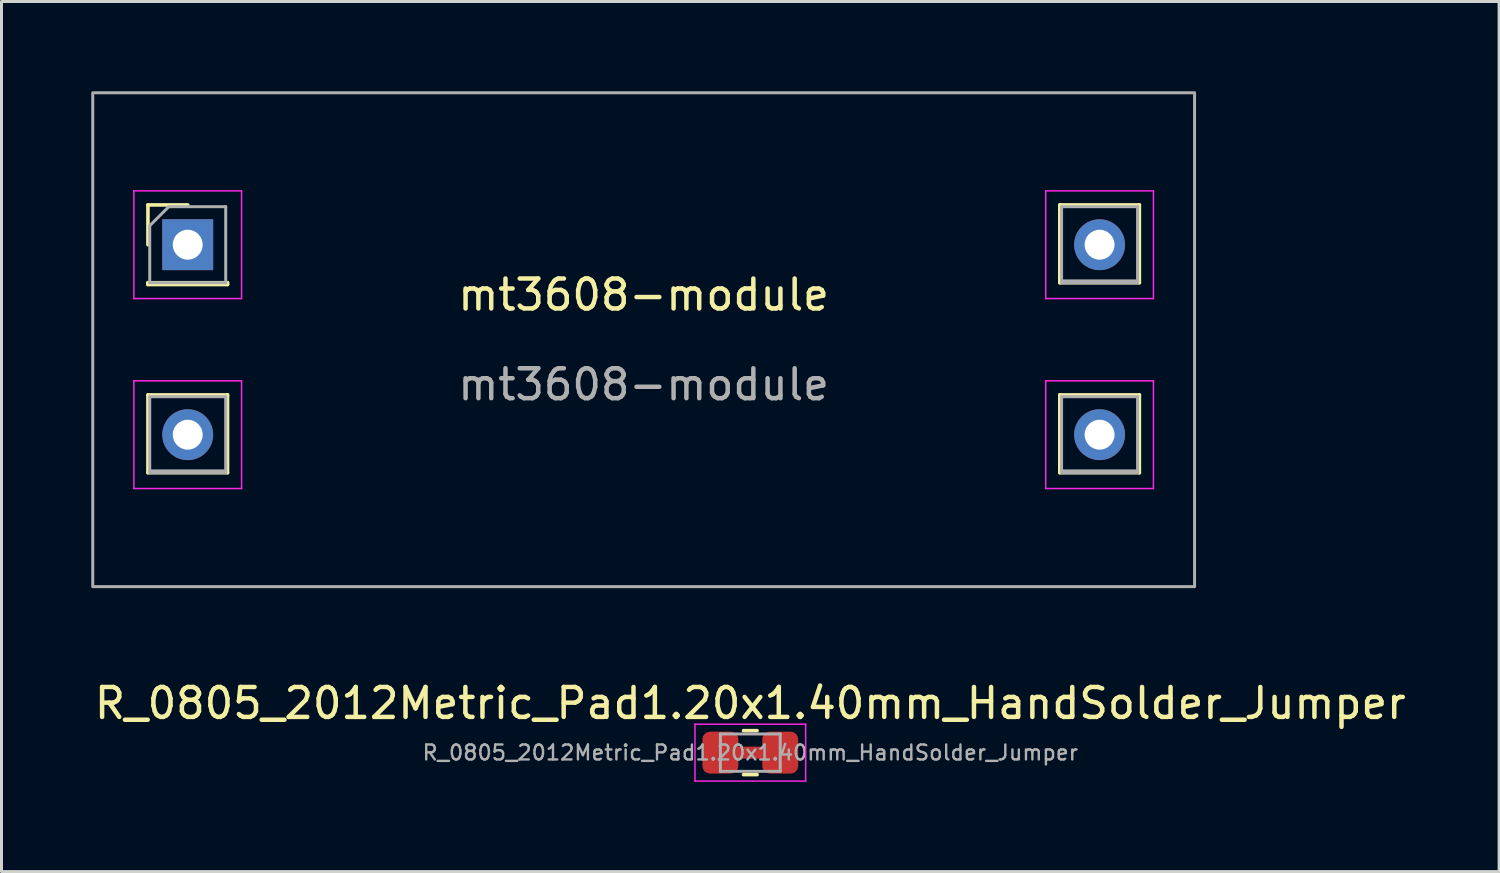
<source format=kicad_pcb>
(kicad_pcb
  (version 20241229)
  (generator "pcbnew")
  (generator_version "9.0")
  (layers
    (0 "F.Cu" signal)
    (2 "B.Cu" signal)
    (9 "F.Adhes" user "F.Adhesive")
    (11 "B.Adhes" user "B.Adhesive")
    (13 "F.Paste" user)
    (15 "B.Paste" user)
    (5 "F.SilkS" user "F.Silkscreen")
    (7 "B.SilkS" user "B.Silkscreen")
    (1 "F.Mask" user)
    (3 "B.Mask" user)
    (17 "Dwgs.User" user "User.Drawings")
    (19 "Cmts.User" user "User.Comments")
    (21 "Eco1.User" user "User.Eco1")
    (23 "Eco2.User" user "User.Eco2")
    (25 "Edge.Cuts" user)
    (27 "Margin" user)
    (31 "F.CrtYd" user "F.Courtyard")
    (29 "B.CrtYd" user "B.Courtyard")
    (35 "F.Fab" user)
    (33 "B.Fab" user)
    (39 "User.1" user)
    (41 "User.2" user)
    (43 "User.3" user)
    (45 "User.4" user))
  (footprint "mt3608-module"
    (layer "F.Cu")
    (at 3.225 5.13)
    (property "Reference" "mt3608-module" (at 15.24 1.675 0) (unlocked yes) (layer "F.SilkS") (effects (font (size 1 1) (thickness 0.15))))
    (attr through_hole)
    (fp_line (start -1.33 -1.33) (end 0 -1.33) (stroke (width 0.12) (type solid)) (layer "F.SilkS"))
    (fp_line (start -1.33 0) (end -1.33 -1.33) (stroke (width 0.12) (type solid)) (layer "F.SilkS"))
    (fp_line (start -1.33 1.27) (end -1.33 1.33) (stroke (width 0.12) (type solid)) (layer "F.SilkS"))
    (fp_line (start -1.33 1.27) (end 1.33 1.27) (stroke (width 0.12) (type solid)) (layer "F.SilkS"))
    (fp_line (start -1.33 1.33) (end 1.33 1.33) (stroke (width 0.12) (type solid)) (layer "F.SilkS"))
    (fp_line (start -1.33 5.02) (end -1.33 7.62) (stroke (width 0.12) (type solid)) (layer "F.SilkS"))
    (fp_line (start -1.33 5.02) (end 1.33 5.02) (stroke (width 0.12) (type solid)) (layer "F.SilkS"))
    (fp_line (start -1.33 7.62) (end 1.33 7.62) (stroke (width 0.12) (type solid)) (layer "F.SilkS"))
    (fp_line (start 1.33 1.27) (end 1.33 1.33) (stroke (width 0.12) (type solid)) (layer "F.SilkS"))
    (fp_line (start 1.33 5.02) (end 1.33 7.62) (stroke (width 0.12) (type solid)) (layer "F.SilkS"))
    (fp_line (start 29.15 -1.33) (end 29.15 1.27) (stroke (width 0.12) (type solid)) (layer "F.SilkS"))
    (fp_line (start 29.15 -1.33) (end 31.81 -1.33) (stroke (width 0.12) (type solid)) (layer "F.SilkS"))
    (fp_line (start 29.15 1.27) (end 31.81 1.27) (stroke (width 0.12) (type solid)) (layer "F.SilkS"))
    (fp_line (start 29.15 5.02) (end 29.15 7.62) (stroke (width 0.12) (type solid)) (layer "F.SilkS"))
    (fp_line (start 29.15 5.02) (end 31.81 5.02) (stroke (width 0.12) (type solid)) (layer "F.SilkS"))
    (fp_line (start 29.15 7.62) (end 31.81 7.62) (stroke (width 0.12) (type solid)) (layer "F.SilkS"))
    (fp_line (start 31.81 -1.33) (end 31.81 1.27) (stroke (width 0.12) (type solid)) (layer "F.SilkS"))
    (fp_line (start 31.81 5.02) (end 31.81 7.62) (stroke (width 0.12) (type solid)) (layer "F.SilkS"))
    (fp_line (start -1.8 -1.8) (end -1.8 1.8) (stroke (width 0.05) (type solid)) (layer "F.CrtYd"))
    (fp_line (start -1.8 1.8) (end 1.8 1.8) (stroke (width 0.05) (type solid)) (layer "F.CrtYd"))
    (fp_line (start -1.8 4.55) (end -1.8 8.15) (stroke (width 0.05) (type solid)) (layer "F.CrtYd"))
    (fp_line (start -1.8 8.15) (end 1.8 8.15) (stroke (width 0.05) (type solid)) (layer "F.CrtYd"))
    (fp_line (start 1.8 -1.8) (end -1.8 -1.8) (stroke (width 0.05) (type solid)) (layer "F.CrtYd"))
    (fp_line (start 1.8 1.8) (end 1.8 -1.8) (stroke (width 0.05) (type solid)) (layer "F.CrtYd"))
    (fp_line (start 1.8 4.55) (end -1.8 4.55) (stroke (width 0.05) (type solid)) (layer "F.CrtYd"))
    (fp_line (start 1.8 8.15) (end 1.8 4.55) (stroke (width 0.05) (type solid)) (layer "F.CrtYd"))
    (fp_line (start 28.68 -1.8) (end 28.68 1.8) (stroke (width 0.05) (type solid)) (layer "F.CrtYd"))
    (fp_line (start 28.68 1.8) (end 32.28 1.8) (stroke (width 0.05) (type solid)) (layer "F.CrtYd"))
    (fp_line (start 28.68 4.55) (end 28.68 8.15) (stroke (width 0.05) (type solid)) (layer "F.CrtYd"))
    (fp_line (start 28.68 8.15) (end 32.28 8.15) (stroke (width 0.05) (type solid)) (layer "F.CrtYd"))
    (fp_line (start 32.28 -1.8) (end 28.68 -1.8) (stroke (width 0.05) (type solid)) (layer "F.CrtYd"))
    (fp_line (start 32.28 1.8) (end 32.28 -1.8) (stroke (width 0.05) (type solid)) (layer "F.CrtYd"))
    (fp_line (start 32.28 4.55) (end 28.68 4.55) (stroke (width 0.05) (type solid)) (layer "F.CrtYd"))
    (fp_line (start 32.28 8.15) (end 32.28 4.55) (stroke (width 0.05) (type solid)) (layer "F.CrtYd"))
    (fp_line (start -1.27 -0.635) (end -0.635 -1.27) (stroke (width 0.1) (type solid)) (layer "F.Fab"))
    (fp_line (start -1.27 1.27) (end -1.27 -0.635) (stroke (width 0.1) (type solid)) (layer "F.Fab"))
    (fp_line (start -1.27 5.08) (end 1.27 5.08) (stroke (width 0.1) (type solid)) (layer "F.Fab"))
    (fp_line (start -1.27 7.62) (end -1.27 5.08) (stroke (width 0.1) (type solid)) (layer "F.Fab"))
    (fp_line (start -0.635 -1.27) (end 1.27 -1.27) (stroke (width 0.1) (type solid)) (layer "F.Fab"))
    (fp_line (start 1.27 -1.27) (end 1.27 1.27) (stroke (width 0.1) (type solid)) (layer "F.Fab"))
    (fp_line (start 1.27 1.27) (end -1.27 1.27) (stroke (width 0.1) (type solid)) (layer "F.Fab"))
    (fp_line (start 1.27 5.08) (end 1.27 7.62) (stroke (width 0.1) (type solid)) (layer "F.Fab"))
    (fp_line (start 1.27 7.56) (end -1.27 7.56) (stroke (width 0.1) (type solid)) (layer "F.Fab"))
    (fp_line (start 1.27 7.62) (end -1.27 7.62) (stroke (width 0.1) (type solid)) (layer "F.Fab"))
    (fp_line (start 29.21 -1.27) (end 31.75 -1.27) (stroke (width 0.1) (type solid)) (layer "F.Fab"))
    (fp_line (start 29.21 1.27) (end 29.21 -1.27) (stroke (width 0.1) (type solid)) (layer "F.Fab"))
    (fp_line (start 29.21 5.08) (end 31.75 5.08) (stroke (width 0.1) (type solid)) (layer "F.Fab"))
    (fp_line (start 29.21 7.62) (end 29.21 5.08) (stroke (width 0.1) (type solid)) (layer "F.Fab"))
    (fp_line (start 31.75 -1.27) (end 31.75 1.27) (stroke (width 0.1) (type solid)) (layer "F.Fab"))
    (fp_line (start 31.75 1.21) (end 29.21 1.21) (stroke (width 0.1) (type solid)) (layer "F.Fab"))
    (fp_line (start 31.75 1.27) (end 29.21 1.27) (stroke (width 0.1) (type solid)) (layer "F.Fab"))
    (fp_line (start 31.75 5.08) (end 31.75 7.62) (stroke (width 0.1) (type solid)) (layer "F.Fab"))
    (fp_line (start 31.75 7.56) (end 29.21 7.56) (stroke (width 0.1) (type solid)) (layer "F.Fab"))
    (fp_line (start 31.75 7.62) (end 29.21 7.62) (stroke (width 0.1) (type solid)) (layer "F.Fab"))
    (fp_rect (start -3.175 -5.08) (end 33.655 11.43) (stroke (width 0.1) (type default)) (fill no) (layer "F.Fab"))
    (fp_text user "${REFERENCE}" (at 15.24 4.675 0) (unlocked yes) (layer "F.Fab") (effects (font (size 1 1) (thickness 0.15))))
    (pad "1" thru_hole rect (at 0 0) (size 1.7 1.7) (drill 1) (layers "*.Cu" "*.Mask"))
    (pad "2" thru_hole oval (at 0 6.35) (size 1.7 1.7) (drill 1) (layers "*.Cu" "*.Mask"))
    (pad "3" thru_hole oval (at 30.48 0) (size 1.7 1.7) (drill 1) (layers "*.Cu" "*.Mask"))
    (pad "4" thru_hole oval (at 30.48 6.35) (size 1.7 1.7) (drill 1) (layers "*.Cu" "*.Mask")))
  (footprint "R_0805_2012Metric_Pad1.20x1.40mm_HandSolder_Jumper"
    (layer "F.Cu")
    (at 22.03 22.108)
    (property "Reference" "R_0805_2012Metric_Pad1.20x1.40mm_HandSolder_Jumper" (at 0 -1.65 0) (layer "F.SilkS") (effects (font (size 1 1) (thickness 0.15))))
    (attr smd)
    (fp_poly (pts (xy 0.5 -0.2) (xy 0.5 0.2) (xy -0.5 0.2) (xy -0.5 -0.2)) (stroke (width 0) (type solid)) (fill yes) (layer "F.Cu"))
    (fp_line (start -0.227 -0.735) (end 0.227 -0.735) (stroke (width 0.12) (type solid)) (layer "F.SilkS"))
    (fp_line (start -0.227 0.735) (end 0.227 0.735) (stroke (width 0.12) (type solid)) (layer "F.SilkS"))
    (fp_line (start -1.85 -0.95) (end 1.85 -0.95) (stroke (width 0.05) (type solid)) (layer "F.CrtYd"))
    (fp_line (start -1.85 0.95) (end -1.85 -0.95) (stroke (width 0.05) (type solid)) (layer "F.CrtYd"))
    (fp_line (start 1.85 -0.95) (end 1.85 0.95) (stroke (width 0.05) (type solid)) (layer "F.CrtYd"))
    (fp_line (start 1.85 0.95) (end -1.85 0.95) (stroke (width 0.05) (type solid)) (layer "F.CrtYd"))
    (fp_line (start -1 -0.625) (end 1 -0.625) (stroke (width 0.1) (type solid)) (layer "F.Fab"))
    (fp_line (start -1 0.625) (end -1 -0.625) (stroke (width 0.1) (type solid)) (layer "F.Fab"))
    (fp_line (start 1 -0.625) (end 1 0.625) (stroke (width 0.1) (type solid)) (layer "F.Fab"))
    (fp_line (start 1 0.625) (end -1 0.625) (stroke (width 0.1) (type solid)) (layer "F.Fab"))
    (fp_text user "${REFERENCE}" (at 0 0 0) (layer "F.Fab") (effects (font (size 0.5 0.5) (thickness 0.08))))
    (pad "1" smd roundrect (at -1 0) (size 1.2 1.4) (layers "F.Cu" "F.Mask") (roundrect_rratio 0.208))
    (pad "2" smd roundrect (at 1 0) (size 1.2 1.4) (layers "F.Cu" "F.Mask") (roundrect_rratio 0.208)))
  (gr_rect
    (start -3 -3)
    (end 47.06 26.083)
    (stroke (width 0.1) (type default))
    (fill no)
    (layer "Edge.Cuts")))
</source>
